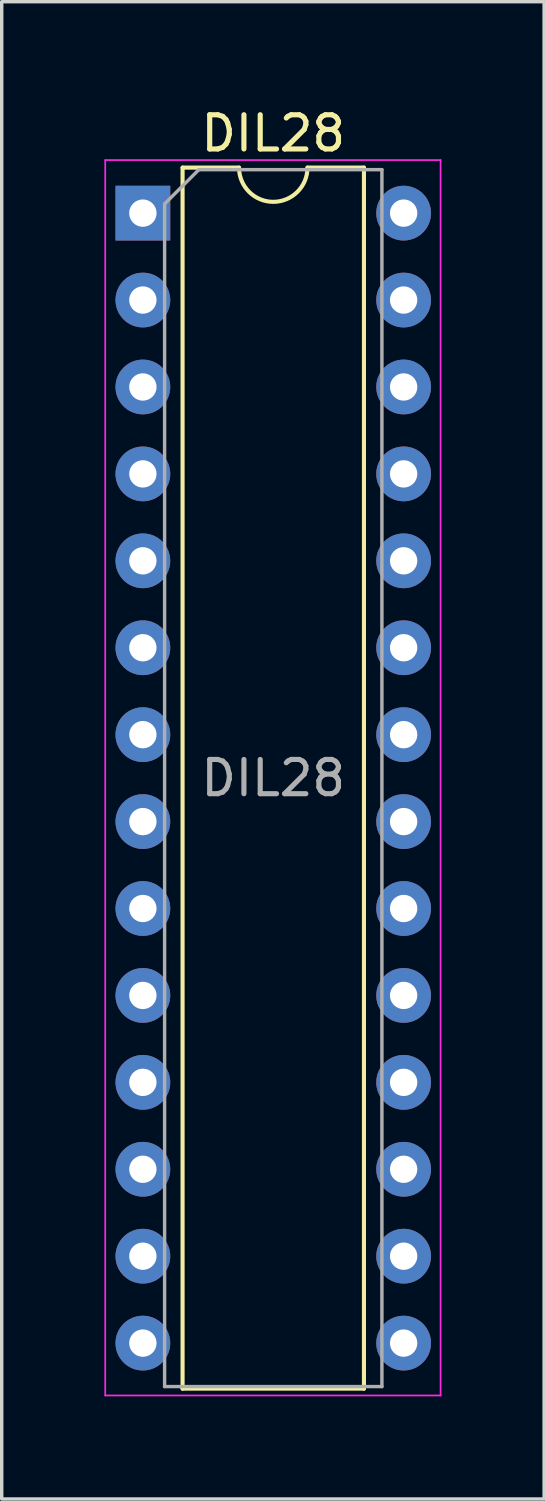
<source format=kicad_pcb>
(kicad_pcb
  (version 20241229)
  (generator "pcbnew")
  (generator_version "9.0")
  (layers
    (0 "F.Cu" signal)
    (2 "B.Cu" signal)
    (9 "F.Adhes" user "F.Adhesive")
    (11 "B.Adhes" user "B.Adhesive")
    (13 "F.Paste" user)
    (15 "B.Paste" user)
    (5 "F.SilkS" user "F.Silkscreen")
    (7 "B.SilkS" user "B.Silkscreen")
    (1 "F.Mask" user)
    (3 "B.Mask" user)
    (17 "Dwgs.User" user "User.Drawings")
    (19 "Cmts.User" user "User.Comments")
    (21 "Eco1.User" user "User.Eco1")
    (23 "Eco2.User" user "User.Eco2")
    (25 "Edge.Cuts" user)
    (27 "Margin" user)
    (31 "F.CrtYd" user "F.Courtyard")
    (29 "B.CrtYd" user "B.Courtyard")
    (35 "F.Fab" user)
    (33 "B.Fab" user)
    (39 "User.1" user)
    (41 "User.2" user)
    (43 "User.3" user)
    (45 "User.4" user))
  (footprint "DIL28"
    (layer "F.Cu")
    (at 1.125 3.178)
    (property "Reference" "DIL28" (at 3.81 -2.33 0) (layer "F.SilkS") (effects (font (size 1 1) (thickness 0.15))))
    (attr through_hole)
    (fp_line (start 1.16 -1.33) (end 1.16 34.35) (stroke (width 0.12) (type solid)) (layer "F.SilkS"))
    (fp_line (start 1.16 34.35) (end 6.46 34.35) (stroke (width 0.12) (type solid)) (layer "F.SilkS"))
    (fp_line (start 2.81 -1.33) (end 1.16 -1.33) (stroke (width 0.12) (type solid)) (layer "F.SilkS"))
    (fp_line (start 6.46 -1.33) (end 4.81 -1.33) (stroke (width 0.12) (type solid)) (layer "F.SilkS"))
    (fp_line (start 6.46 34.35) (end 6.46 -1.33) (stroke (width 0.12) (type solid)) (layer "F.SilkS"))
    (fp_arc (start 4.81 -1.33) (mid 3.81 -0.33) (end 2.81 -1.33) (stroke (width 0.12) (type solid)) (layer "F.SilkS"))
    (fp_line (start -1.1 -1.55) (end -1.1 34.55) (stroke (width 0.05) (type solid)) (layer "F.CrtYd"))
    (fp_line (start -1.1 34.55) (end 8.7 34.55) (stroke (width 0.05) (type solid)) (layer "F.CrtYd"))
    (fp_line (start 8.7 -1.55) (end -1.1 -1.55) (stroke (width 0.05) (type solid)) (layer "F.CrtYd"))
    (fp_line (start 8.7 34.55) (end 8.7 -1.55) (stroke (width 0.05) (type solid)) (layer "F.CrtYd"))
    (fp_line (start 0.635 -0.27) (end 1.635 -1.27) (stroke (width 0.1) (type solid)) (layer "F.Fab"))
    (fp_line (start 0.635 34.29) (end 0.635 -0.27) (stroke (width 0.1) (type solid)) (layer "F.Fab"))
    (fp_line (start 1.635 -1.27) (end 6.985 -1.27) (stroke (width 0.1) (type solid)) (layer "F.Fab"))
    (fp_line (start 6.985 -1.27) (end 6.985 34.29) (stroke (width 0.1) (type solid)) (layer "F.Fab"))
    (fp_line (start 6.985 34.29) (end 0.635 34.29) (stroke (width 0.1) (type solid)) (layer "F.Fab"))
    (fp_text user "${REFERENCE}" (at 3.81 16.51 0) (layer "F.Fab") (effects (font (size 1 1) (thickness 0.15))))
    (pad "1" thru_hole rect (at 0 0) (size 1.6 1.6) (drill 0.8) (layers "*.Cu" "*.Mask"))
    (pad "2" thru_hole oval (at 0 2.54) (size 1.6 1.6) (drill 0.8) (layers "*.Cu" "*.Mask"))
    (pad "3" thru_hole oval (at 0 5.08) (size 1.6 1.6) (drill 0.8) (layers "*.Cu" "*.Mask"))
    (pad "4" thru_hole oval (at 0 7.62) (size 1.6 1.6) (drill 0.8) (layers "*.Cu" "*.Mask"))
    (pad "5" thru_hole oval (at 0 10.16) (size 1.6 1.6) (drill 0.8) (layers "*.Cu" "*.Mask"))
    (pad "6" thru_hole oval (at 0 12.7) (size 1.6 1.6) (drill 0.8) (layers "*.Cu" "*.Mask"))
    (pad "7" thru_hole oval (at 0 15.24) (size 1.6 1.6) (drill 0.8) (layers "*.Cu" "*.Mask"))
    (pad "8" thru_hole oval (at 0 17.78) (size 1.6 1.6) (drill 0.8) (layers "*.Cu" "*.Mask"))
    (pad "9" thru_hole oval (at 0 20.32) (size 1.6 1.6) (drill 0.8) (layers "*.Cu" "*.Mask"))
    (pad "10" thru_hole oval (at 0 22.86) (size 1.6 1.6) (drill 0.8) (layers "*.Cu" "*.Mask"))
    (pad "11" thru_hole oval (at 0 25.4) (size 1.6 1.6) (drill 0.8) (layers "*.Cu" "*.Mask"))
    (pad "12" thru_hole oval (at 0 27.94) (size 1.6 1.6) (drill 0.8) (layers "*.Cu" "*.Mask"))
    (pad "13" thru_hole oval (at 0 30.48) (size 1.6 1.6) (drill 0.8) (layers "*.Cu" "*.Mask"))
    (pad "14" thru_hole oval (at 0 33.02) (size 1.6 1.6) (drill 0.8) (layers "*.Cu" "*.Mask"))
    (pad "15" thru_hole oval (at 7.62 33.02) (size 1.6 1.6) (drill 0.8) (layers "*.Cu" "*.Mask"))
    (pad "16" thru_hole oval (at 7.62 30.48) (size 1.6 1.6) (drill 0.8) (layers "*.Cu" "*.Mask"))
    (pad "17" thru_hole oval (at 7.62 27.94) (size 1.6 1.6) (drill 0.8) (layers "*.Cu" "*.Mask"))
    (pad "18" thru_hole oval (at 7.62 25.4) (size 1.6 1.6) (drill 0.8) (layers "*.Cu" "*.Mask"))
    (pad "19" thru_hole oval (at 7.62 22.86) (size 1.6 1.6) (drill 0.8) (layers "*.Cu" "*.Mask"))
    (pad "20" thru_hole oval (at 7.62 20.32) (size 1.6 1.6) (drill 0.8) (layers "*.Cu" "*.Mask"))
    (pad "21" thru_hole oval (at 7.62 17.78) (size 1.6 1.6) (drill 0.8) (layers "*.Cu" "*.Mask"))
    (pad "22" thru_hole oval (at 7.62 15.24) (size 1.6 1.6) (drill 0.8) (layers "*.Cu" "*.Mask"))
    (pad "23" thru_hole oval (at 7.62 12.7) (size 1.6 1.6) (drill 0.8) (layers "*.Cu" "*.Mask"))
    (pad "24" thru_hole oval (at 7.62 10.16) (size 1.6 1.6) (drill 0.8) (layers "*.Cu" "*.Mask"))
    (pad "25" thru_hole oval (at 7.62 7.62) (size 1.6 1.6) (drill 0.8) (layers "*.Cu" "*.Mask"))
    (pad "26" thru_hole oval (at 7.62 5.08) (size 1.6 1.6) (drill 0.8) (layers "*.Cu" "*.Mask"))
    (pad "27" thru_hole oval (at 7.62 2.54) (size 1.6 1.6) (drill 0.8) (layers "*.Cu" "*.Mask"))
    (pad "28" thru_hole oval (at 7.62 0) (size 1.6 1.6) (drill 0.8) (layers "*.Cu" "*.Mask")))
  (gr_rect
    (start -3 -3)
    (end 12.85 40.753)
    (stroke (width 0.1) (type default))
    (fill no)
    (layer "Edge.Cuts")))
</source>
